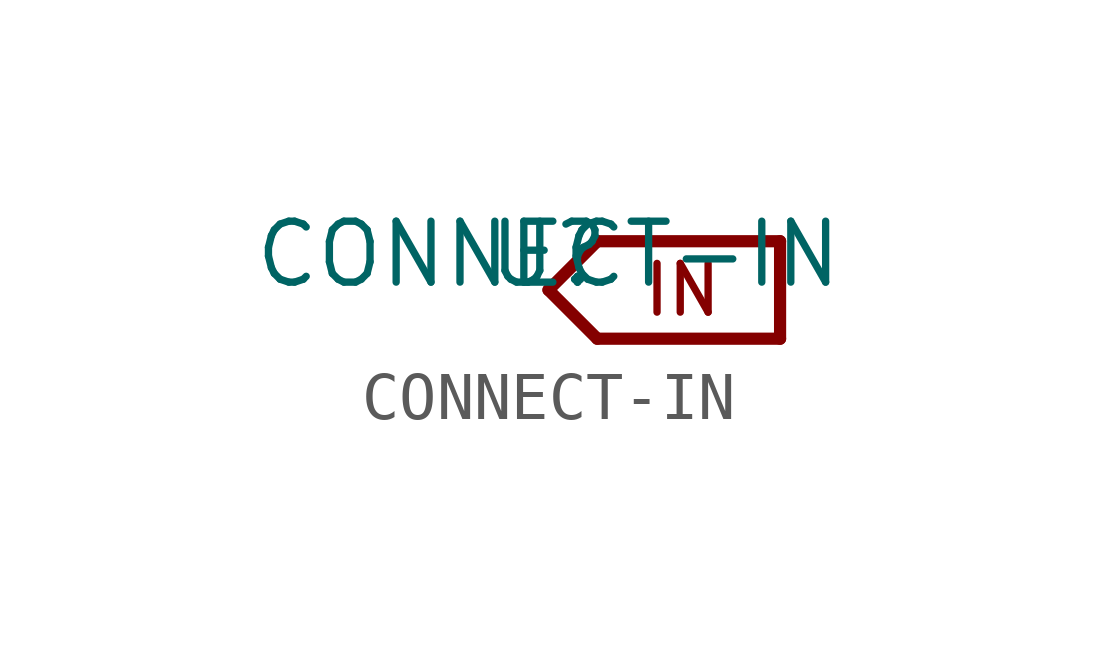
<source format=kicad_sym>
(kicad_symbol_lib
  (version 20211014)
  (generator kicad_symbol_editor)
  (symbol "CONNECT-IN"
    (pin_names
      (offset 1.016))
    (property "Reference" "U"
      (at 0 0 0)
      (effects (font (size 1.27 1.27)) (justify bottom)))
    (property "Value" "CONNECT-IN"
      (at 0 0.0 0)
      (effects (font (size 1.27 1.27)) (justify bottom)))
    (symbol "CONNECT-IN_0_0"
      (polyline (pts (xy 4.826 -1.016) (xy 1.016 -1.016)) (stroke (width 0.254)))
      (polyline (pts (xy 1.016 -1.016) (xy 0.0 0.0)) (stroke (width 0.254)))
      (polyline (pts (xy 0.0 0.0) (xy 1.016 1.016)) (stroke (width 0.254)))
      (polyline (pts (xy 1.016 1.016) (xy 4.826 1.016)) (stroke (width 0.254)))
      (polyline (pts (xy 4.826 1.016) (xy 4.826 -1.016)) (stroke (width 0.254)))
      (text "IN" (at 2.794 0.0 0) (effects (font (size 1.016 1.016)))))))
</source>
